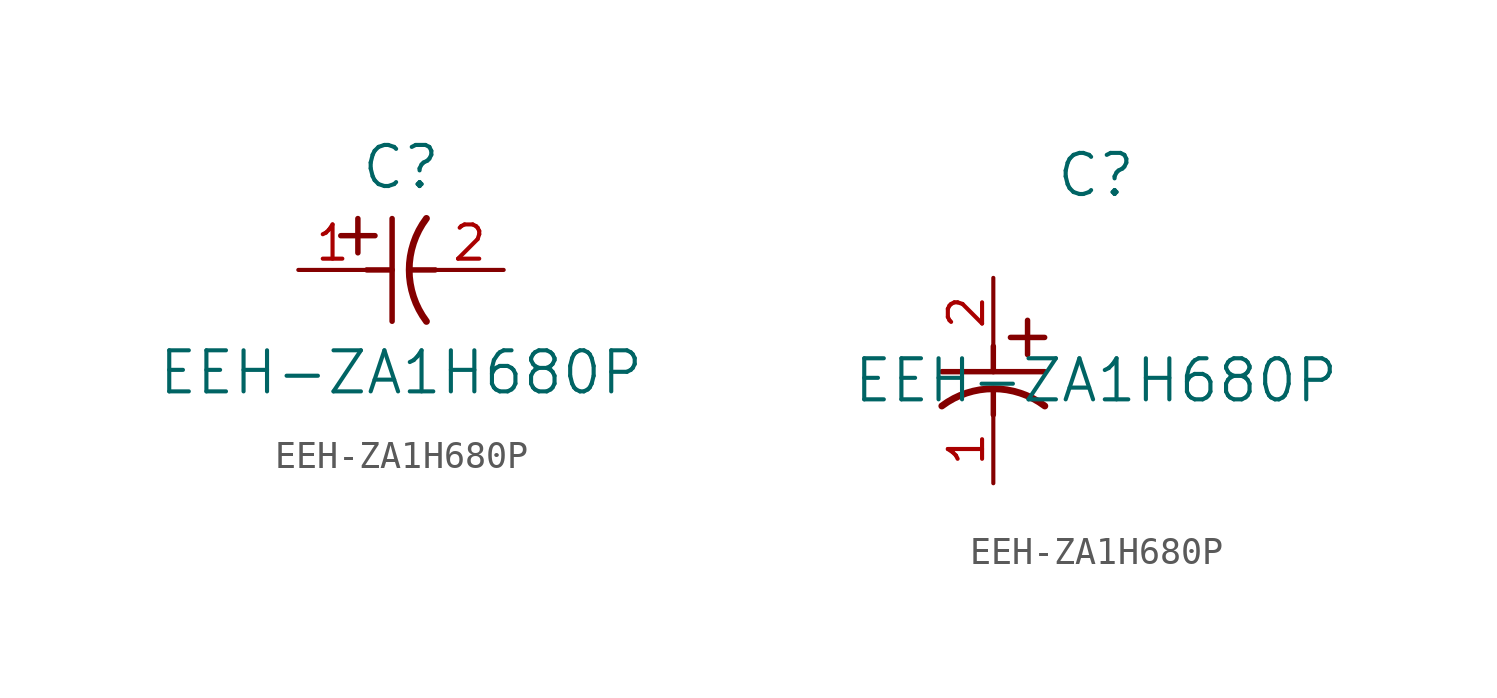
<source format=kicad_sym>
(kicad_symbol_lib
  (version 20211014)
  (generator kicad_symbol_editor)
  (symbol "EEH-ZA1H680P"
    (pin_names
      (offset 0.254))
    (property "Reference" "C"
      (at 3.81 3.81 0)
      (effects (font (size 1.524 1.524))))
    (property "Value" "EEH-ZA1H680P"
      (at 3.81 -3.81 0)
      (effects (font (size 1.524 1.524))))
    (symbol "EEH-ZA1H680P_1_1"
      (polyline (pts (xy 2.21 0.635) (xy 2.21 1.905)) (stroke (width 0.203) (type default) (color 0 0 0 0)) (fill (type none)))
      (arc (start 4.754132 1.910763) (mid 4.1148 0) (end 4.754132 -1.910763) (stroke (width 0.254) (type default) (color 0 0 0 0)) (fill (type none)))
      (polyline (pts (xy 4.115 0) (xy 5.08 0)) (stroke (width 0.203) (type default) (color 0 0 0 0)) (fill (type none)))
      (polyline (pts (xy 3.48 -1.905) (xy 3.48 1.905)) (stroke (width 0.203) (type default) (color 0 0 0 0)) (fill (type none)))
      (polyline (pts (xy 1.575 1.27) (xy 2.845 1.27)) (stroke (width 0.203) (type default) (color 0 0 0 0)) (fill (type none)))
      (polyline (pts (xy 2.54 0) (xy 3.48 0)) (stroke (width 0.203) (type default) (color 0 0 0 0)) (fill (type none)))
      (pin unspecified line (at 0 0 0) (length 2.54) (name "" (effects (font (size 1.27 1.27)))) (number "1" (effects (font (size 1.27 1.27)))))
      (pin unspecified line (at 7.62 0 180) (length 2.54) (name "" (effects (font (size 1.27 1.27)))) (number "2" (effects (font (size 1.27 1.27))))))
    (symbol "EEH-ZA1H680P_1_2"
      (polyline (pts (xy 0 -2.54) (xy 0 -3.48)) (stroke (width 0.203) (type default) (color 0 0 0 0)) (fill (type none)))
      (arc (start 1.910763 -4.754132) (mid 0 -4.1148) (end -1.910763 -4.754132) (stroke (width 0.254) (type default) (color 0 0 0 0)) (fill (type none)))
      (polyline (pts (xy -1.905 -3.48) (xy 1.905 -3.48)) (stroke (width 0.203) (type default) (color 0 0 0 0)) (fill (type none)))
      (polyline (pts (xy 0.635 -2.21) (xy 1.905 -2.21)) (stroke (width 0.203) (type default) (color 0 0 0 0)) (fill (type none)))
      (polyline (pts (xy 1.27 -1.575) (xy 1.27 -2.845)) (stroke (width 0.203) (type default) (color 0 0 0 0)) (fill (type none)))
      (polyline (pts (xy 0 -4.115) (xy 0 -5.08)) (stroke (width 0.203) (type default) (color 0 0 0 0)) (fill (type none)))
      (pin unspecified line (at 0 -7.62 90) (length 2.54) (name "" (effects (font (size 1.27 1.27)))) (number "1" (effects (font (size 1.27 1.27)))))
      (pin unspecified line (at 0 0 270) (length 2.54) (name "" (effects (font (size 1.27 1.27)))) (number "2" (effects (font (size 1.27 1.27))))))))
</source>
